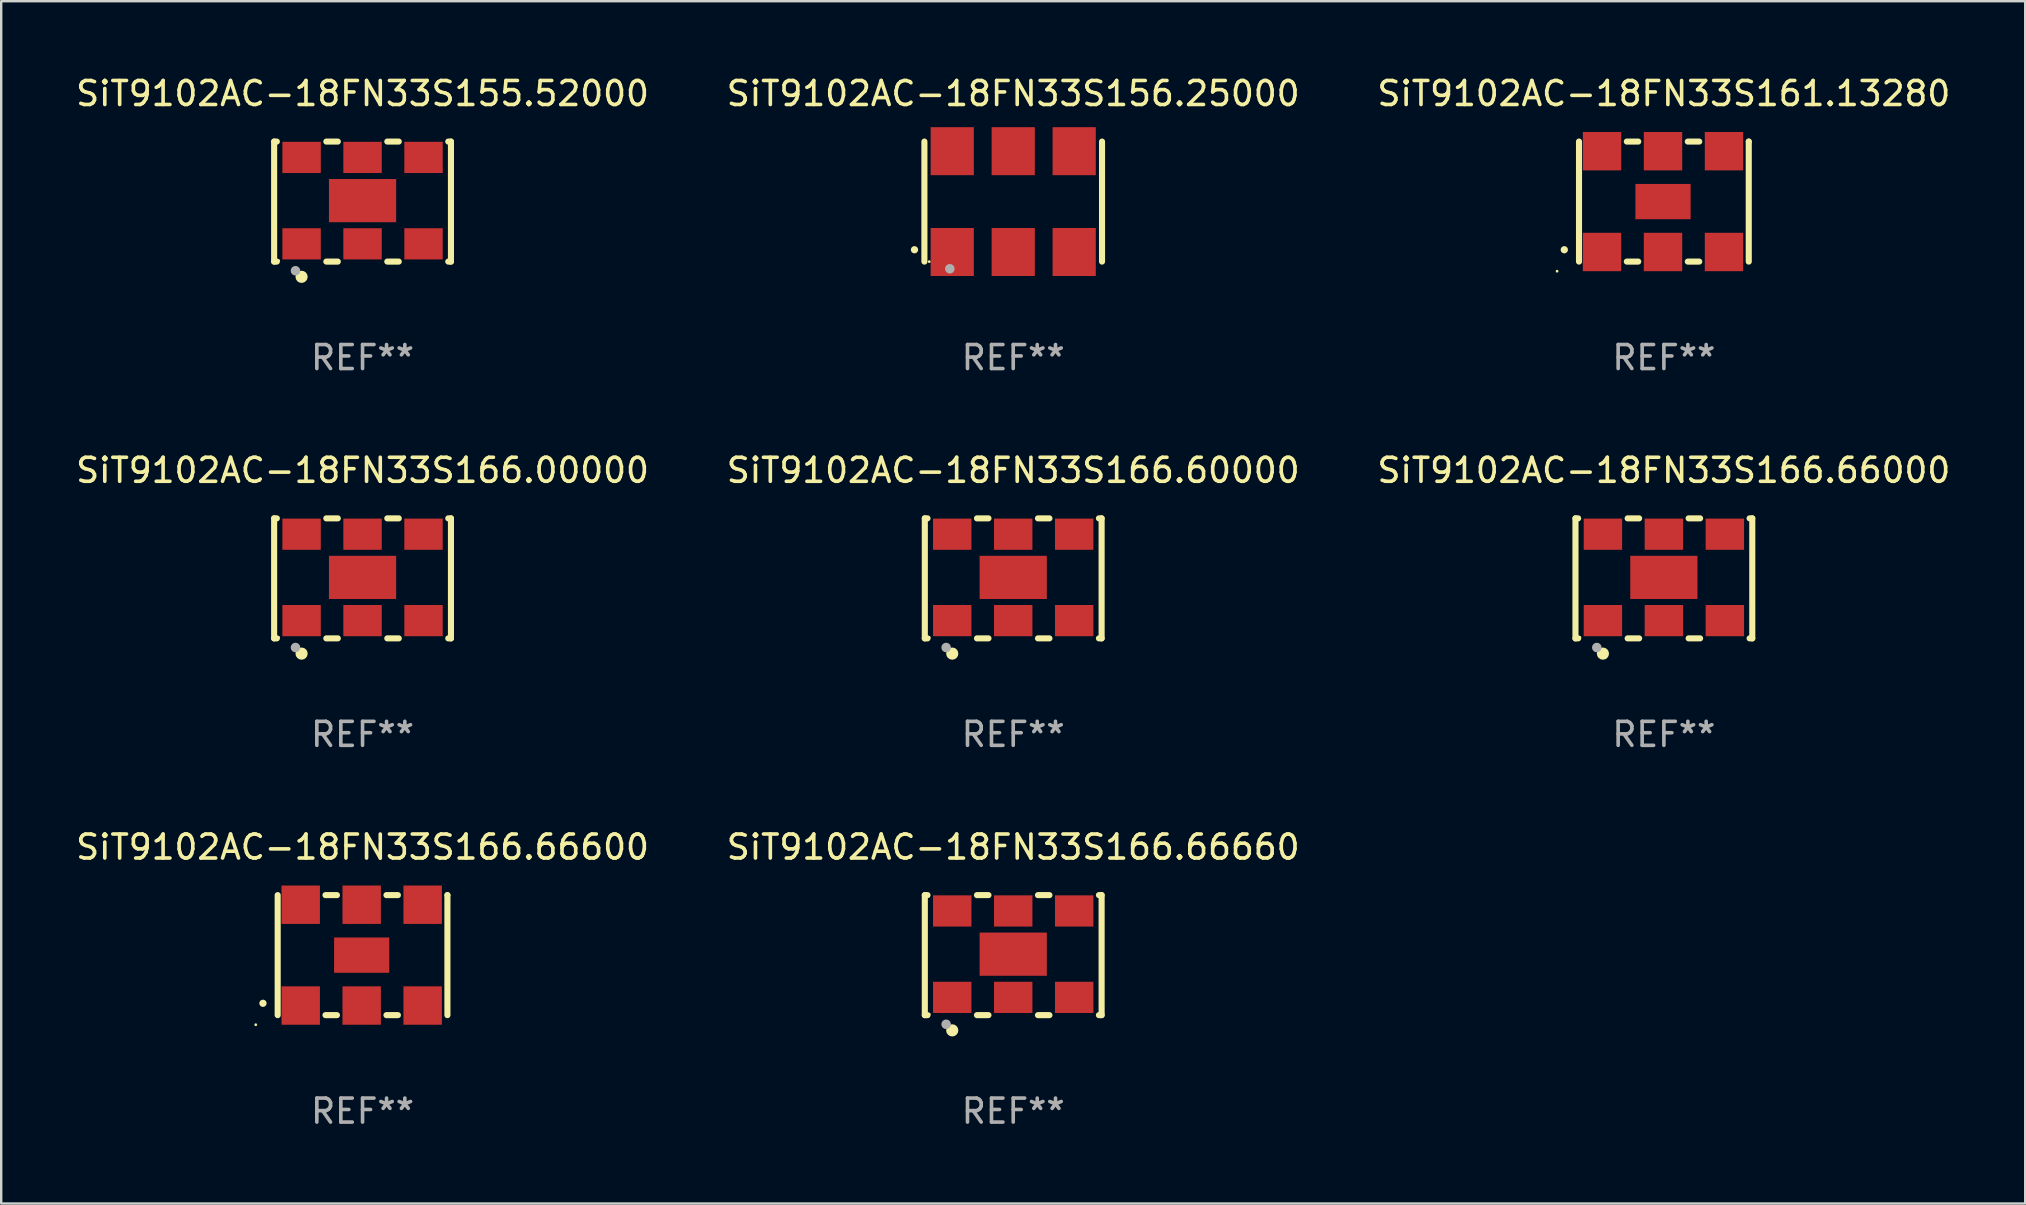
<source format=kicad_pcb>
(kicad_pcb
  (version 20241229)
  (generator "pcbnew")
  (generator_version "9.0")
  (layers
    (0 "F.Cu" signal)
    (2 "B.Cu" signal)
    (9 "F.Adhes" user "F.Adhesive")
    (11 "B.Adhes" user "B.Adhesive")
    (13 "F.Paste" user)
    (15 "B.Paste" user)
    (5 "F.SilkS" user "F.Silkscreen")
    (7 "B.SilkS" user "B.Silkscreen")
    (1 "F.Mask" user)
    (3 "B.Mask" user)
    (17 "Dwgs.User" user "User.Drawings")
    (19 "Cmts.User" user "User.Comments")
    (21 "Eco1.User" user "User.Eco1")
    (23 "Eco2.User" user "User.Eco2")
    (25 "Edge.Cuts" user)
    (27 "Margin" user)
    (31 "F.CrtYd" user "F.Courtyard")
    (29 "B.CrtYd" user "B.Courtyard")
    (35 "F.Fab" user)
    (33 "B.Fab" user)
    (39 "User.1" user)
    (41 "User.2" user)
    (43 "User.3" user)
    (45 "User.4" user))
  (footprint "SiT9102AC-18FN33S155.52000"
    (layer "F.Cu")
    (at 12.054 5.348)
    (property "Reference" "SiT9102AC-18FN33S155.52000" (at 0 -4.5 0) (layer "F.SilkS") (effects (font (size 1 1) (thickness 0.15))))
    (attr through_hole)
    (fp_line (start -3.683 -2.5) (end -3.571 -2.5) (stroke (width 0.254) (type solid)) (layer "F.SilkS"))
    (fp_line (start -3.683 2.5) (end -3.683 -2.5) (stroke (width 0.254) (type solid)) (layer "F.SilkS"))
    (fp_line (start -3.683 2.5) (end -3.571 2.5) (stroke (width 0.254) (type solid)) (layer "F.SilkS"))
    (fp_line (start -1.509 -2.5) (end -1.031 -2.5) (stroke (width 0.254) (type solid)) (layer "F.SilkS"))
    (fp_line (start -1.509 2.5) (end -1.031 2.5) (stroke (width 0.254) (type solid)) (layer "F.SilkS"))
    (fp_line (start 1.031 -2.5) (end 1.509 -2.5) (stroke (width 0.254) (type solid)) (layer "F.SilkS"))
    (fp_line (start 1.031 2.5) (end 1.509 2.5) (stroke (width 0.254) (type solid)) (layer "F.SilkS"))
    (fp_line (start 3.571 -2.5) (end 3.683 -2.5) (stroke (width 0.254) (type solid)) (layer "F.SilkS"))
    (fp_line (start 3.571 2.5) (end 3.683 2.5) (stroke (width 0.254) (type solid)) (layer "F.SilkS"))
    (fp_line (start 3.683 2.5) (end 3.683 -2.5) (stroke (width 0.254) (type solid)) (layer "F.SilkS"))
    (fp_circle (center -3.5 2.46) (end -3.47 2.46) (stroke (width 0.06) (type solid)) (fill no) (layer "F.SilkS"))
    (fp_circle (center -2.54 3.135) (end -2.413 3.135) (stroke (width 0.254) (type solid)) (fill no) (layer "F.SilkS"))
    (fp_circle (center -2.794 2.881) (end -2.694 2.881) (stroke (width 0.2) (type solid)) (fill no) (layer "F.Fab"))
    (fp_text user "REF**" (at 0 6.5 0) (layer "F.Fab") (effects (font (size 1 1) (thickness 0.15))))
    (pad "1" smd rect (at -2.54 1.76) (size 1.6 1.3) (layers "F.Cu" "F.Mask" "F.Paste"))
    (pad "2" smd rect (at 0 1.76) (size 1.6 1.3) (layers "F.Cu" "F.Mask" "F.Paste"))
    (pad "3" smd rect (at 2.54 1.76) (size 1.6 1.3) (layers "F.Cu" "F.Mask" "F.Paste"))
    (pad "4" smd rect (at 2.54 -1.84) (size 1.6 1.3) (layers "F.Cu" "F.Mask" "F.Paste"))
    (pad "5" smd rect (at 0 -1.84) (size 1.6 1.3) (layers "F.Cu" "F.Mask" "F.Paste"))
    (pad "6" smd rect (at -2.54 -1.84) (size 1.6 1.3) (layers "F.Cu" "F.Mask" "F.Paste"))
    (pad "7" smd rect (at 0 -0.04) (size 2.8 1.8) (layers "F.Cu" "F.Mask" "F.Paste")))
  (footprint "SiT9102AC-18FN33S156.25000"
    (layer "F.Cu")
    (at 39.161 5.348)
    (property "Reference" "SiT9102AC-18FN33S156.25000" (at 0 -4.5 0) (layer "F.SilkS") (effects (font (size 1 1) (thickness 0.15))))
    (attr through_hole)
    (fp_line (start -3.7 -2.5) (end -3.7 2.5) (stroke (width 0.254) (type solid)) (layer "F.SilkS"))
    (fp_line (start 3.7 -2.5) (end 3.7 2.5) (stroke (width 0.254) (type solid)) (layer "F.SilkS"))
    (fp_arc (start -4.114415 2.006604) (mid -4.113145 2.006599) (end -4.111875 2.006604) (stroke (width 0.3) (type solid)) (layer "F.SilkS"))
    (fp_circle (center -3.5 2.501) (end -3.47 2.501) (stroke (width 0.06) (type solid)) (fill no) (layer "F.SilkS"))
    (fp_circle (center -2.641 2.799) (end -2.541 2.799) (stroke (width 0.2) (type solid)) (fill no) (layer "F.Fab"))
    (fp_text user "REF**" (at 0 6.5 0) (layer "F.Fab") (effects (font (size 1 1) (thickness 0.15))))
    (pad "1" smd rect (at -2.54 2.1) (size 1.8 2) (layers "F.Cu" "F.Mask" "F.Paste"))
    (pad "2" smd rect (at 0.000394 2.1) (size 1.8 2) (layers "F.Cu" "F.Mask" "F.Paste"))
    (pad "3" smd rect (at 2.54 2.1) (size 1.8 2) (layers "F.Cu" "F.Mask" "F.Paste"))
    (pad "4" smd rect (at 2.54 -2.1) (size 1.8 2) (layers "F.Cu" "F.Mask" "F.Paste"))
    (pad "5" smd rect (at 0.000394 -2.1) (size 1.8 2) (layers "F.Cu" "F.Mask" "F.Paste"))
    (pad "6" smd rect (at -2.54 -2.1) (size 1.8 2) (layers "F.Cu" "F.Mask" "F.Paste")))
  (footprint "SiT9102AC-18FN33S166.00000"
    (layer "F.Cu")
    (at 12.054 21.045)
    (property "Reference" "SiT9102AC-18FN33S166.00000" (at 0 -4.5 0) (layer "F.SilkS") (effects (font (size 1 1) (thickness 0.15))))
    (attr through_hole)
    (fp_line (start -3.683 -2.5) (end -3.571 -2.5) (stroke (width 0.254) (type solid)) (layer "F.SilkS"))
    (fp_line (start -3.683 2.5) (end -3.683 -2.5) (stroke (width 0.254) (type solid)) (layer "F.SilkS"))
    (fp_line (start -3.683 2.5) (end -3.571 2.5) (stroke (width 0.254) (type solid)) (layer "F.SilkS"))
    (fp_line (start -1.509 -2.5) (end -1.031 -2.5) (stroke (width 0.254) (type solid)) (layer "F.SilkS"))
    (fp_line (start -1.509 2.5) (end -1.031 2.5) (stroke (width 0.254) (type solid)) (layer "F.SilkS"))
    (fp_line (start 1.031 -2.5) (end 1.509 -2.5) (stroke (width 0.254) (type solid)) (layer "F.SilkS"))
    (fp_line (start 1.031 2.5) (end 1.509 2.5) (stroke (width 0.254) (type solid)) (layer "F.SilkS"))
    (fp_line (start 3.571 -2.5) (end 3.683 -2.5) (stroke (width 0.254) (type solid)) (layer "F.SilkS"))
    (fp_line (start 3.571 2.5) (end 3.683 2.5) (stroke (width 0.254) (type solid)) (layer "F.SilkS"))
    (fp_line (start 3.683 2.5) (end 3.683 -2.5) (stroke (width 0.254) (type solid)) (layer "F.SilkS"))
    (fp_circle (center -3.5 2.46) (end -3.47 2.46) (stroke (width 0.06) (type solid)) (fill no) (layer "F.SilkS"))
    (fp_circle (center -2.54 3.135) (end -2.413 3.135) (stroke (width 0.254) (type solid)) (fill no) (layer "F.SilkS"))
    (fp_circle (center -2.794 2.881) (end -2.694 2.881) (stroke (width 0.2) (type solid)) (fill no) (layer "F.Fab"))
    (fp_text user "REF**" (at 0 6.5 0) (layer "F.Fab") (effects (font (size 1 1) (thickness 0.15))))
    (pad "1" smd rect (at -2.54 1.76) (size 1.6 1.3) (layers "F.Cu" "F.Mask" "F.Paste"))
    (pad "2" smd rect (at 0 1.76) (size 1.6 1.3) (layers "F.Cu" "F.Mask" "F.Paste"))
    (pad "3" smd rect (at 2.54 1.76) (size 1.6 1.3) (layers "F.Cu" "F.Mask" "F.Paste"))
    (pad "4" smd rect (at 2.54 -1.84) (size 1.6 1.3) (layers "F.Cu" "F.Mask" "F.Paste"))
    (pad "5" smd rect (at 0 -1.84) (size 1.6 1.3) (layers "F.Cu" "F.Mask" "F.Paste"))
    (pad "6" smd rect (at -2.54 -1.84) (size 1.6 1.3) (layers "F.Cu" "F.Mask" "F.Paste"))
    (pad "7" smd rect (at 0 -0.04) (size 2.8 1.8) (layers "F.Cu" "F.Mask" "F.Paste")))
  (footprint "SiT9102AC-18FN33S166.66600"
    (layer "F.Cu")
    (at 12.054 36.741)
    (property "Reference" "SiT9102AC-18FN33S166.66600" (at 0 -4.5 0) (layer "F.SilkS") (effects (font (size 1 1) (thickness 0.15))))
    (attr through_hole)
    (fp_line (start -3.536 -2.5) (end -3.536 2.5) (stroke (width 0.254) (type solid)) (layer "F.SilkS"))
    (fp_line (start -1.544 2.5) (end -1.067 2.5) (stroke (width 0.254) (type solid)) (layer "F.SilkS"))
    (fp_line (start -1.067 -2.5) (end -1.544 -2.5) (stroke (width 0.254) (type solid)) (layer "F.SilkS"))
    (fp_line (start 0.996 2.5) (end 1.473 2.5) (stroke (width 0.254) (type solid)) (layer "F.SilkS"))
    (fp_line (start 1.473 -2.5) (end 0.996 -2.5) (stroke (width 0.254) (type solid)) (layer "F.SilkS"))
    (fp_line (start 3.536 -2.5) (end 3.536 -2.5) (stroke (width 0.254) (type solid)) (layer "F.SilkS"))
    (fp_line (start 3.536 2.5) (end 3.536 -2.5) (stroke (width 0.254) (type solid)) (layer "F.SilkS"))
    (fp_arc (start -4.150432 2.006604) (mid -4.149162 2.006599) (end -4.147892 2.006604) (stroke (width 0.3) (type solid)) (layer "F.SilkS"))
    (fp_circle (center -4.449 2.9) (end -4.419 2.9) (stroke (width 0.06) (type solid)) (fill no) (layer "F.SilkS"))
    (fp_text user "REF**" (at 0 6.5 0) (layer "F.Fab") (effects (font (size 1 1) (thickness 0.15))))
    (pad "1" smd rect (at -2.576 2.1) (size 1.6 1.6) (layers "F.Cu" "F.Mask" "F.Paste"))
    (pad "2" smd rect (at -0.036 2.1) (size 1.6 1.6) (layers "F.Cu" "F.Mask" "F.Paste"))
    (pad "3" smd rect (at 2.504 2.1) (size 1.6 1.6) (layers "F.Cu" "F.Mask" "F.Paste"))
    (pad "4" smd rect (at 2.504 -2.1) (size 1.6 1.6) (layers "F.Cu" "F.Mask" "F.Paste"))
    (pad "5" smd rect (at -0.036 -2.1) (size 1.6 1.6) (layers "F.Cu" "F.Mask" "F.Paste"))
    (pad "6" smd rect (at -2.576 -2.1) (size 1.6 1.6) (layers "F.Cu" "F.Mask" "F.Paste"))
    (pad "7" smd rect (at -0.036 0) (size 2.3 1.47) (layers "F.Cu" "F.Mask" "F.Paste")))
  (footprint "SiT9102AC-18FN33S166.60000"
    (layer "F.Cu")
    (at 39.161 21.045)
    (property "Reference" "SiT9102AC-18FN33S166.60000" (at 0 -4.5 0) (layer "F.SilkS") (effects (font (size 1 1) (thickness 0.15))))
    (attr through_hole)
    (fp_line (start -3.683 -2.5) (end -3.571 -2.5) (stroke (width 0.254) (type solid)) (layer "F.SilkS"))
    (fp_line (start -3.683 2.5) (end -3.683 -2.5) (stroke (width 0.254) (type solid)) (layer "F.SilkS"))
    (fp_line (start -3.683 2.5) (end -3.571 2.5) (stroke (width 0.254) (type solid)) (layer "F.SilkS"))
    (fp_line (start -1.509 -2.5) (end -1.031 -2.5) (stroke (width 0.254) (type solid)) (layer "F.SilkS"))
    (fp_line (start -1.509 2.5) (end -1.031 2.5) (stroke (width 0.254) (type solid)) (layer "F.SilkS"))
    (fp_line (start 1.031 -2.5) (end 1.509 -2.5) (stroke (width 0.254) (type solid)) (layer "F.SilkS"))
    (fp_line (start 1.031 2.5) (end 1.509 2.5) (stroke (width 0.254) (type solid)) (layer "F.SilkS"))
    (fp_line (start 3.571 -2.5) (end 3.683 -2.5) (stroke (width 0.254) (type solid)) (layer "F.SilkS"))
    (fp_line (start 3.571 2.5) (end 3.683 2.5) (stroke (width 0.254) (type solid)) (layer "F.SilkS"))
    (fp_line (start 3.683 2.5) (end 3.683 -2.5) (stroke (width 0.254) (type solid)) (layer "F.SilkS"))
    (fp_circle (center -3.5 2.46) (end -3.47 2.46) (stroke (width 0.06) (type solid)) (fill no) (layer "F.SilkS"))
    (fp_circle (center -2.54 3.135) (end -2.413 3.135) (stroke (width 0.254) (type solid)) (fill no) (layer "F.SilkS"))
    (fp_circle (center -2.794 2.881) (end -2.694 2.881) (stroke (width 0.2) (type solid)) (fill no) (layer "F.Fab"))
    (fp_text user "REF**" (at 0 6.5 0) (layer "F.Fab") (effects (font (size 1 1) (thickness 0.15))))
    (pad "1" smd rect (at -2.54 1.76) (size 1.6 1.3) (layers "F.Cu" "F.Mask" "F.Paste"))
    (pad "2" smd rect (at 0 1.76) (size 1.6 1.3) (layers "F.Cu" "F.Mask" "F.Paste"))
    (pad "3" smd rect (at 2.54 1.76) (size 1.6 1.3) (layers "F.Cu" "F.Mask" "F.Paste"))
    (pad "4" smd rect (at 2.54 -1.84) (size 1.6 1.3) (layers "F.Cu" "F.Mask" "F.Paste"))
    (pad "5" smd rect (at 0 -1.84) (size 1.6 1.3) (layers "F.Cu" "F.Mask" "F.Paste"))
    (pad "6" smd rect (at -2.54 -1.84) (size 1.6 1.3) (layers "F.Cu" "F.Mask" "F.Paste"))
    (pad "7" smd rect (at 0 -0.04) (size 2.8 1.8) (layers "F.Cu" "F.Mask" "F.Paste")))
  (footprint "SiT9102AC-18FN33S161.13280"
    (layer "F.Cu")
    (at 66.268 5.348)
    (property "Reference" "SiT9102AC-18FN33S161.13280" (at 0 -4.5 0) (layer "F.SilkS") (effects (font (size 1 1) (thickness 0.15))))
    (attr through_hole)
    (fp_line (start -3.536 -2.5) (end -3.536 2.5) (stroke (width 0.254) (type solid)) (layer "F.SilkS"))
    (fp_line (start -1.544 2.5) (end -1.067 2.5) (stroke (width 0.254) (type solid)) (layer "F.SilkS"))
    (fp_line (start -1.067 -2.5) (end -1.544 -2.5) (stroke (width 0.254) (type solid)) (layer "F.SilkS"))
    (fp_line (start 0.996 2.5) (end 1.473 2.5) (stroke (width 0.254) (type solid)) (layer "F.SilkS"))
    (fp_line (start 1.473 -2.5) (end 0.996 -2.5) (stroke (width 0.254) (type solid)) (layer "F.SilkS"))
    (fp_line (start 3.536 -2.5) (end 3.536 -2.5) (stroke (width 0.254) (type solid)) (layer "F.SilkS"))
    (fp_line (start 3.536 2.5) (end 3.536 -2.5) (stroke (width 0.254) (type solid)) (layer "F.SilkS"))
    (fp_arc (start -4.150432 2.006604) (mid -4.149162 2.006599) (end -4.147892 2.006604) (stroke (width 0.3) (type solid)) (layer "F.SilkS"))
    (fp_circle (center -4.449 2.9) (end -4.419 2.9) (stroke (width 0.06) (type solid)) (fill no) (layer "F.SilkS"))
    (fp_text user "REF**" (at 0 6.5 0) (layer "F.Fab") (effects (font (size 1 1) (thickness 0.15))))
    (pad "1" smd rect (at -2.576 2.1) (size 1.6 1.6) (layers "F.Cu" "F.Mask" "F.Paste"))
    (pad "2" smd rect (at -0.036 2.1) (size 1.6 1.6) (layers "F.Cu" "F.Mask" "F.Paste"))
    (pad "3" smd rect (at 2.504 2.1) (size 1.6 1.6) (layers "F.Cu" "F.Mask" "F.Paste"))
    (pad "4" smd rect (at 2.504 -2.1) (size 1.6 1.6) (layers "F.Cu" "F.Mask" "F.Paste"))
    (pad "5" smd rect (at -0.036 -2.1) (size 1.6 1.6) (layers "F.Cu" "F.Mask" "F.Paste"))
    (pad "6" smd rect (at -2.576 -2.1) (size 1.6 1.6) (layers "F.Cu" "F.Mask" "F.Paste"))
    (pad "7" smd rect (at -0.036 0) (size 2.3 1.47) (layers "F.Cu" "F.Mask" "F.Paste")))
  (footprint "SiT9102AC-18FN33S166.66660"
    (layer "F.Cu")
    (at 39.161 36.741)
    (property "Reference" "SiT9102AC-18FN33S166.66660" (at 0 -4.5 0) (layer "F.SilkS") (effects (font (size 1 1) (thickness 0.15))))
    (attr through_hole)
    (fp_line (start -3.683 -2.5) (end -3.571 -2.5) (stroke (width 0.254) (type solid)) (layer "F.SilkS"))
    (fp_line (start -3.683 2.5) (end -3.683 -2.5) (stroke (width 0.254) (type solid)) (layer "F.SilkS"))
    (fp_line (start -3.683 2.5) (end -3.571 2.5) (stroke (width 0.254) (type solid)) (layer "F.SilkS"))
    (fp_line (start -1.509 -2.5) (end -1.031 -2.5) (stroke (width 0.254) (type solid)) (layer "F.SilkS"))
    (fp_line (start -1.509 2.5) (end -1.031 2.5) (stroke (width 0.254) (type solid)) (layer "F.SilkS"))
    (fp_line (start 1.031 -2.5) (end 1.509 -2.5) (stroke (width 0.254) (type solid)) (layer "F.SilkS"))
    (fp_line (start 1.031 2.5) (end 1.509 2.5) (stroke (width 0.254) (type solid)) (layer "F.SilkS"))
    (fp_line (start 3.571 -2.5) (end 3.683 -2.5) (stroke (width 0.254) (type solid)) (layer "F.SilkS"))
    (fp_line (start 3.571 2.5) (end 3.683 2.5) (stroke (width 0.254) (type solid)) (layer "F.SilkS"))
    (fp_line (start 3.683 2.5) (end 3.683 -2.5) (stroke (width 0.254) (type solid)) (layer "F.SilkS"))
    (fp_circle (center -3.5 2.46) (end -3.47 2.46) (stroke (width 0.06) (type solid)) (fill no) (layer "F.SilkS"))
    (fp_circle (center -2.54 3.135) (end -2.413 3.135) (stroke (width 0.254) (type solid)) (fill no) (layer "F.SilkS"))
    (fp_circle (center -2.794 2.881) (end -2.694 2.881) (stroke (width 0.2) (type solid)) (fill no) (layer "F.Fab"))
    (fp_text user "REF**" (at 0 6.5 0) (layer "F.Fab") (effects (font (size 1 1) (thickness 0.15))))
    (pad "1" smd rect (at -2.54 1.76) (size 1.6 1.3) (layers "F.Cu" "F.Mask" "F.Paste"))
    (pad "2" smd rect (at 0 1.76) (size 1.6 1.3) (layers "F.Cu" "F.Mask" "F.Paste"))
    (pad "3" smd rect (at 2.54 1.76) (size 1.6 1.3) (layers "F.Cu" "F.Mask" "F.Paste"))
    (pad "4" smd rect (at 2.54 -1.84) (size 1.6 1.3) (layers "F.Cu" "F.Mask" "F.Paste"))
    (pad "5" smd rect (at 0 -1.84) (size 1.6 1.3) (layers "F.Cu" "F.Mask" "F.Paste"))
    (pad "6" smd rect (at -2.54 -1.84) (size 1.6 1.3) (layers "F.Cu" "F.Mask" "F.Paste"))
    (pad "7" smd rect (at 0 -0.04) (size 2.8 1.8) (layers "F.Cu" "F.Mask" "F.Paste")))
  (footprint "SiT9102AC-18FN33S166.66000"
    (layer "F.Cu")
    (at 66.268 21.045)
    (property "Reference" "SiT9102AC-18FN33S166.66000" (at 0 -4.5 0) (layer "F.SilkS") (effects (font (size 1 1) (thickness 0.15))))
    (attr through_hole)
    (fp_line (start -3.683 -2.5) (end -3.571 -2.5) (stroke (width 0.254) (type solid)) (layer "F.SilkS"))
    (fp_line (start -3.683 2.5) (end -3.683 -2.5) (stroke (width 0.254) (type solid)) (layer "F.SilkS"))
    (fp_line (start -3.683 2.5) (end -3.571 2.5) (stroke (width 0.254) (type solid)) (layer "F.SilkS"))
    (fp_line (start -1.509 -2.5) (end -1.031 -2.5) (stroke (width 0.254) (type solid)) (layer "F.SilkS"))
    (fp_line (start -1.509 2.5) (end -1.031 2.5) (stroke (width 0.254) (type solid)) (layer "F.SilkS"))
    (fp_line (start 1.031 -2.5) (end 1.509 -2.5) (stroke (width 0.254) (type solid)) (layer "F.SilkS"))
    (fp_line (start 1.031 2.5) (end 1.509 2.5) (stroke (width 0.254) (type solid)) (layer "F.SilkS"))
    (fp_line (start 3.571 -2.5) (end 3.683 -2.5) (stroke (width 0.254) (type solid)) (layer "F.SilkS"))
    (fp_line (start 3.571 2.5) (end 3.683 2.5) (stroke (width 0.254) (type solid)) (layer "F.SilkS"))
    (fp_line (start 3.683 2.5) (end 3.683 -2.5) (stroke (width 0.254) (type solid)) (layer "F.SilkS"))
    (fp_circle (center -3.5 2.46) (end -3.47 2.46) (stroke (width 0.06) (type solid)) (fill no) (layer "F.SilkS"))
    (fp_circle (center -2.54 3.135) (end -2.413 3.135) (stroke (width 0.254) (type solid)) (fill no) (layer "F.SilkS"))
    (fp_circle (center -2.794 2.881) (end -2.694 2.881) (stroke (width 0.2) (type solid)) (fill no) (layer "F.Fab"))
    (fp_text user "REF**" (at 0 6.5 0) (layer "F.Fab") (effects (font (size 1 1) (thickness 0.15))))
    (pad "1" smd rect (at -2.54 1.76) (size 1.6 1.3) (layers "F.Cu" "F.Mask" "F.Paste"))
    (pad "2" smd rect (at 0 1.76) (size 1.6 1.3) (layers "F.Cu" "F.Mask" "F.Paste"))
    (pad "3" smd rect (at 2.54 1.76) (size 1.6 1.3) (layers "F.Cu" "F.Mask" "F.Paste"))
    (pad "4" smd rect (at 2.54 -1.84) (size 1.6 1.3) (layers "F.Cu" "F.Mask" "F.Paste"))
    (pad "5" smd rect (at 0 -1.84) (size 1.6 1.3) (layers "F.Cu" "F.Mask" "F.Paste"))
    (pad "6" smd rect (at -2.54 -1.84) (size 1.6 1.3) (layers "F.Cu" "F.Mask" "F.Paste"))
    (pad "7" smd rect (at 0 -0.04) (size 2.8 1.8) (layers "F.Cu" "F.Mask" "F.Paste")))
  (gr_rect
    (start -3 -3)
    (end 81.321 47.09)
    (stroke (width 0.1) (type default))
    (fill no)
    (layer "Edge.Cuts")))
</source>
